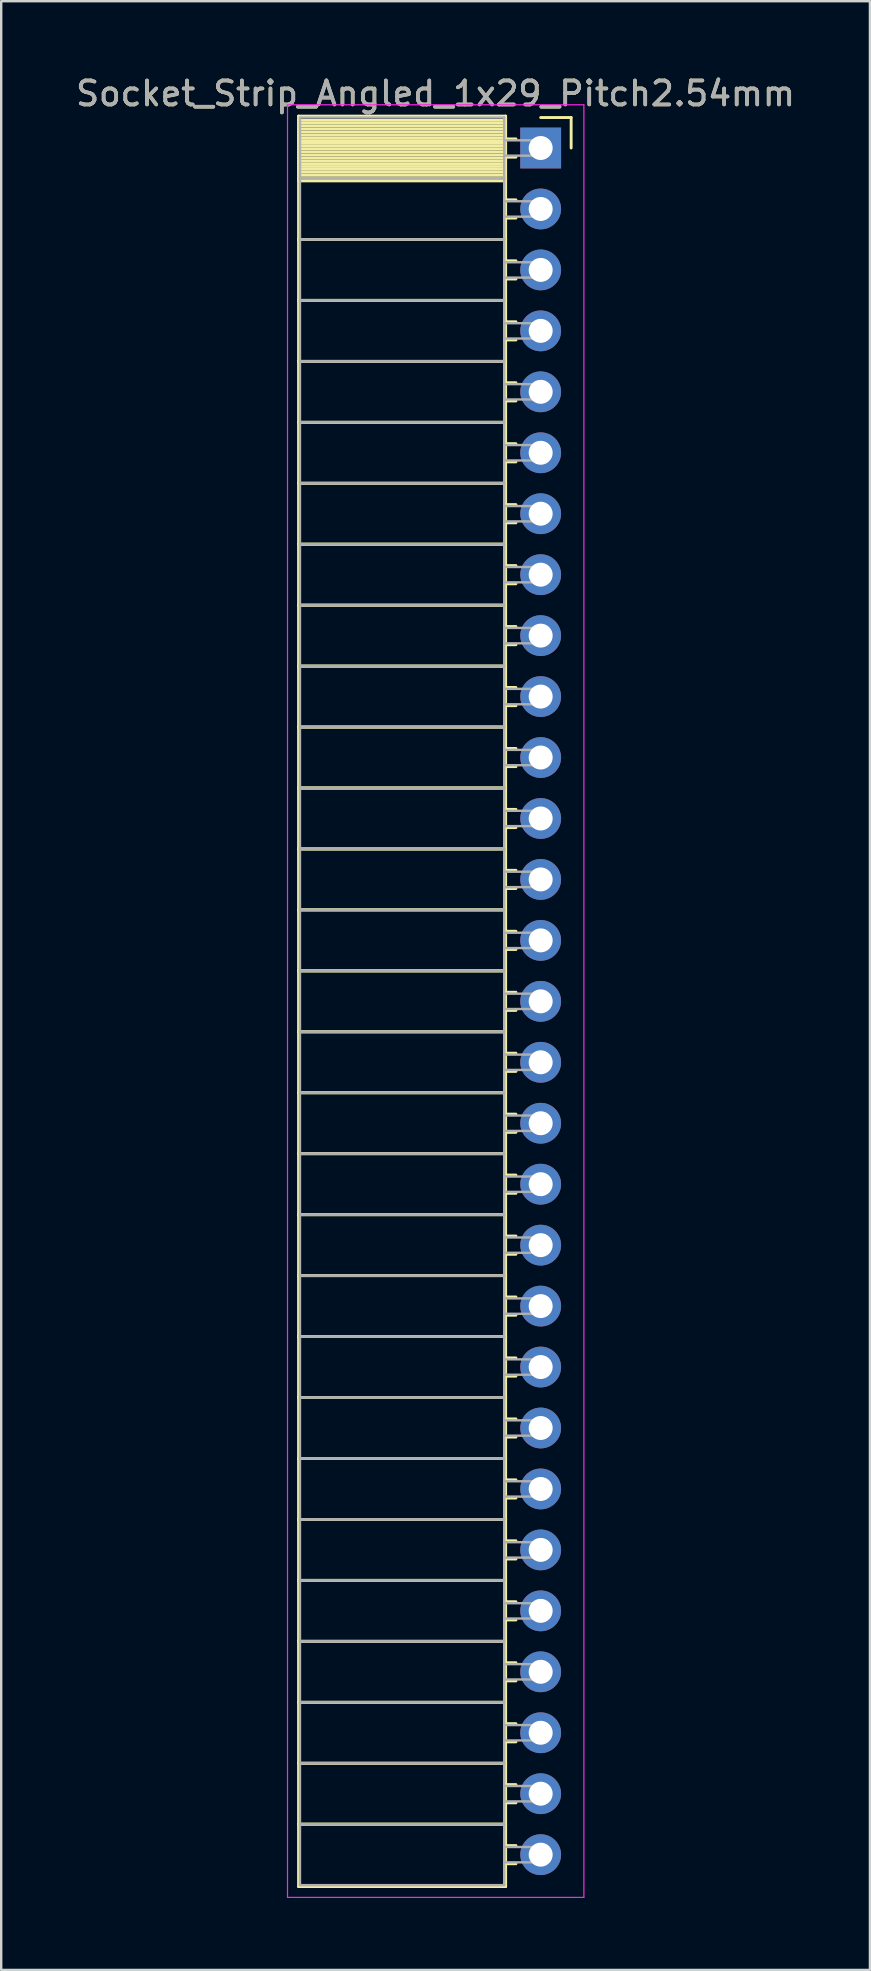
<source format=kicad_pcb>
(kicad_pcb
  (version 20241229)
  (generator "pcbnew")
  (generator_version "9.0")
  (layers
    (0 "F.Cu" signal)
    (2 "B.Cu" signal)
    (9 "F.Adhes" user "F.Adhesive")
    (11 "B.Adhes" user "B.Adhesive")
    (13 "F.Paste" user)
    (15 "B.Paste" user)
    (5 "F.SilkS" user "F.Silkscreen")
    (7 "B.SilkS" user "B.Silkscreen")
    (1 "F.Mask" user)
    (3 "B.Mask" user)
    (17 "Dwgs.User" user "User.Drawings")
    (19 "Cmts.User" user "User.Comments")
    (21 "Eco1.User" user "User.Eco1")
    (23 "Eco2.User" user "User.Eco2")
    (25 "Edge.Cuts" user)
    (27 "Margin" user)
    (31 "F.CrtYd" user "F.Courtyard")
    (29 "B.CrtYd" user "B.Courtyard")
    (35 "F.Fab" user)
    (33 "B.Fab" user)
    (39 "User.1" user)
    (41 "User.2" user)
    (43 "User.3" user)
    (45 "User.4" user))
  (footprint "Socket_Strip_Angled_1x29_Pitch2.54mm"
    (layer "F.Cu")
    (at 19.481 3.118)
    (property "Reference" "Socket_Strip_Angled_1x29_Pitch2.54mm" (at -4.38 -2.27 0) (layer "F.SilkS") (effects (font (size 1 1) (thickness 0.15))))
    (attr through_hole)
    (fp_line (start -10.09 -1.33) (end -1.46 -1.33) (stroke (width 0.12) (type solid)) (layer "F.SilkS"))
    (fp_line (start -10.09 1.27) (end -10.09 -1.33) (stroke (width 0.12) (type solid)) (layer "F.SilkS"))
    (fp_line (start -10.09 1.27) (end -1.46 1.27) (stroke (width 0.12) (type solid)) (layer "F.SilkS"))
    (fp_line (start -10.09 3.81) (end -10.09 1.27) (stroke (width 0.12) (type solid)) (layer "F.SilkS"))
    (fp_line (start -10.09 3.81) (end -1.46 3.81) (stroke (width 0.12) (type solid)) (layer "F.SilkS"))
    (fp_line (start -10.09 6.35) (end -10.09 3.81) (stroke (width 0.12) (type solid)) (layer "F.SilkS"))
    (fp_line (start -10.09 6.35) (end -1.46 6.35) (stroke (width 0.12) (type solid)) (layer "F.SilkS"))
    (fp_line (start -10.09 8.89) (end -10.09 6.35) (stroke (width 0.12) (type solid)) (layer "F.SilkS"))
    (fp_line (start -10.09 8.89) (end -1.46 8.89) (stroke (width 0.12) (type solid)) (layer "F.SilkS"))
    (fp_line (start -10.09 11.43) (end -10.09 8.89) (stroke (width 0.12) (type solid)) (layer "F.SilkS"))
    (fp_line (start -10.09 11.43) (end -1.46 11.43) (stroke (width 0.12) (type solid)) (layer "F.SilkS"))
    (fp_line (start -10.09 13.97) (end -10.09 11.43) (stroke (width 0.12) (type solid)) (layer "F.SilkS"))
    (fp_line (start -10.09 13.97) (end -1.46 13.97) (stroke (width 0.12) (type solid)) (layer "F.SilkS"))
    (fp_line (start -10.09 16.51) (end -10.09 13.97) (stroke (width 0.12) (type solid)) (layer "F.SilkS"))
    (fp_line (start -10.09 16.51) (end -1.46 16.51) (stroke (width 0.12) (type solid)) (layer "F.SilkS"))
    (fp_line (start -10.09 19.05) (end -10.09 16.51) (stroke (width 0.12) (type solid)) (layer "F.SilkS"))
    (fp_line (start -10.09 19.05) (end -1.46 19.05) (stroke (width 0.12) (type solid)) (layer "F.SilkS"))
    (fp_line (start -10.09 21.59) (end -10.09 19.05) (stroke (width 0.12) (type solid)) (layer "F.SilkS"))
    (fp_line (start -10.09 21.59) (end -1.46 21.59) (stroke (width 0.12) (type solid)) (layer "F.SilkS"))
    (fp_line (start -10.09 24.13) (end -10.09 21.59) (stroke (width 0.12) (type solid)) (layer "F.SilkS"))
    (fp_line (start -10.09 24.13) (end -1.46 24.13) (stroke (width 0.12) (type solid)) (layer "F.SilkS"))
    (fp_line (start -10.09 26.67) (end -10.09 24.13) (stroke (width 0.12) (type solid)) (layer "F.SilkS"))
    (fp_line (start -10.09 26.67) (end -1.46 26.67) (stroke (width 0.12) (type solid)) (layer "F.SilkS"))
    (fp_line (start -10.09 29.21) (end -10.09 26.67) (stroke (width 0.12) (type solid)) (layer "F.SilkS"))
    (fp_line (start -10.09 29.21) (end -1.46 29.21) (stroke (width 0.12) (type solid)) (layer "F.SilkS"))
    (fp_line (start -10.09 31.75) (end -10.09 29.21) (stroke (width 0.12) (type solid)) (layer "F.SilkS"))
    (fp_line (start -10.09 31.75) (end -1.46 31.75) (stroke (width 0.12) (type solid)) (layer "F.SilkS"))
    (fp_line (start -10.09 34.29) (end -10.09 31.75) (stroke (width 0.12) (type solid)) (layer "F.SilkS"))
    (fp_line (start -10.09 34.29) (end -1.46 34.29) (stroke (width 0.12) (type solid)) (layer "F.SilkS"))
    (fp_line (start -10.09 36.83) (end -10.09 34.29) (stroke (width 0.12) (type solid)) (layer "F.SilkS"))
    (fp_line (start -10.09 36.83) (end -1.46 36.83) (stroke (width 0.12) (type solid)) (layer "F.SilkS"))
    (fp_line (start -10.09 39.37) (end -10.09 36.83) (stroke (width 0.12) (type solid)) (layer "F.SilkS"))
    (fp_line (start -10.09 39.37) (end -1.46 39.37) (stroke (width 0.12) (type solid)) (layer "F.SilkS"))
    (fp_line (start -10.09 41.91) (end -10.09 39.37) (stroke (width 0.12) (type solid)) (layer "F.SilkS"))
    (fp_line (start -10.09 41.91) (end -1.46 41.91) (stroke (width 0.12) (type solid)) (layer "F.SilkS"))
    (fp_line (start -10.09 44.45) (end -10.09 41.91) (stroke (width 0.12) (type solid)) (layer "F.SilkS"))
    (fp_line (start -10.09 44.45) (end -1.46 44.45) (stroke (width 0.12) (type solid)) (layer "F.SilkS"))
    (fp_line (start -10.09 46.99) (end -10.09 44.45) (stroke (width 0.12) (type solid)) (layer "F.SilkS"))
    (fp_line (start -10.09 46.99) (end -1.46 46.99) (stroke (width 0.12) (type solid)) (layer "F.SilkS"))
    (fp_line (start -10.09 49.53) (end -10.09 46.99) (stroke (width 0.12) (type solid)) (layer "F.SilkS"))
    (fp_line (start -10.09 49.53) (end -1.46 49.53) (stroke (width 0.12) (type solid)) (layer "F.SilkS"))
    (fp_line (start -10.09 52.07) (end -10.09 49.53) (stroke (width 0.12) (type solid)) (layer "F.SilkS"))
    (fp_line (start -10.09 52.07) (end -1.46 52.07) (stroke (width 0.12) (type solid)) (layer "F.SilkS"))
    (fp_line (start -10.09 54.61) (end -10.09 52.07) (stroke (width 0.12) (type solid)) (layer "F.SilkS"))
    (fp_line (start -10.09 54.61) (end -1.46 54.61) (stroke (width 0.12) (type solid)) (layer "F.SilkS"))
    (fp_line (start -10.09 57.15) (end -10.09 54.61) (stroke (width 0.12) (type solid)) (layer "F.SilkS"))
    (fp_line (start -10.09 57.15) (end -1.46 57.15) (stroke (width 0.12) (type solid)) (layer "F.SilkS"))
    (fp_line (start -10.09 59.69) (end -10.09 57.15) (stroke (width 0.12) (type solid)) (layer "F.SilkS"))
    (fp_line (start -10.09 59.69) (end -1.46 59.69) (stroke (width 0.12) (type solid)) (layer "F.SilkS"))
    (fp_line (start -10.09 62.23) (end -10.09 59.69) (stroke (width 0.12) (type solid)) (layer "F.SilkS"))
    (fp_line (start -10.09 62.23) (end -1.46 62.23) (stroke (width 0.12) (type solid)) (layer "F.SilkS"))
    (fp_line (start -10.09 64.77) (end -10.09 62.23) (stroke (width 0.12) (type solid)) (layer "F.SilkS"))
    (fp_line (start -10.09 64.77) (end -1.46 64.77) (stroke (width 0.12) (type solid)) (layer "F.SilkS"))
    (fp_line (start -10.09 67.31) (end -10.09 64.77) (stroke (width 0.12) (type solid)) (layer "F.SilkS"))
    (fp_line (start -10.09 67.31) (end -1.46 67.31) (stroke (width 0.12) (type solid)) (layer "F.SilkS"))
    (fp_line (start -10.09 69.85) (end -10.09 67.31) (stroke (width 0.12) (type solid)) (layer "F.SilkS"))
    (fp_line (start -10.09 69.85) (end -1.46 69.85) (stroke (width 0.12) (type solid)) (layer "F.SilkS"))
    (fp_line (start -10.09 72.45) (end -10.09 69.85) (stroke (width 0.12) (type solid)) (layer "F.SilkS"))
    (fp_line (start -1.46 -1.33) (end -1.46 1.27) (stroke (width 0.12) (type solid)) (layer "F.SilkS"))
    (fp_line (start -1.46 -1.15) (end -10.09 -1.15) (stroke (width 0.12) (type solid)) (layer "F.SilkS"))
    (fp_line (start -1.46 -1.03) (end -10.09 -1.03) (stroke (width 0.12) (type solid)) (layer "F.SilkS"))
    (fp_line (start -1.46 -0.91) (end -10.09 -0.91) (stroke (width 0.12) (type solid)) (layer "F.SilkS"))
    (fp_line (start -1.46 -0.79) (end -10.09 -0.79) (stroke (width 0.12) (type solid)) (layer "F.SilkS"))
    (fp_line (start -1.46 -0.67) (end -10.09 -0.67) (stroke (width 0.12) (type solid)) (layer "F.SilkS"))
    (fp_line (start -1.46 -0.55) (end -10.09 -0.55) (stroke (width 0.12) (type solid)) (layer "F.SilkS"))
    (fp_line (start -1.46 -0.43) (end -10.09 -0.43) (stroke (width 0.12) (type solid)) (layer "F.SilkS"))
    (fp_line (start -1.46 -0.31) (end -10.09 -0.31) (stroke (width 0.12) (type solid)) (layer "F.SilkS"))
    (fp_line (start -1.46 -0.19) (end -10.09 -0.19) (stroke (width 0.12) (type solid)) (layer "F.SilkS"))
    (fp_line (start -1.46 -0.07) (end -10.09 -0.07) (stroke (width 0.12) (type solid)) (layer "F.SilkS"))
    (fp_line (start -1.46 0.05) (end -10.09 0.05) (stroke (width 0.12) (type solid)) (layer "F.SilkS"))
    (fp_line (start -1.46 0.17) (end -10.09 0.17) (stroke (width 0.12) (type solid)) (layer "F.SilkS"))
    (fp_line (start -1.46 0.29) (end -10.09 0.29) (stroke (width 0.12) (type solid)) (layer "F.SilkS"))
    (fp_line (start -1.46 0.41) (end -10.09 0.41) (stroke (width 0.12) (type solid)) (layer "F.SilkS"))
    (fp_line (start -1.46 0.53) (end -10.09 0.53) (stroke (width 0.12) (type solid)) (layer "F.SilkS"))
    (fp_line (start -1.46 0.65) (end -10.09 0.65) (stroke (width 0.12) (type solid)) (layer "F.SilkS"))
    (fp_line (start -1.46 0.77) (end -10.09 0.77) (stroke (width 0.12) (type solid)) (layer "F.SilkS"))
    (fp_line (start -1.46 0.89) (end -10.09 0.89) (stroke (width 0.12) (type solid)) (layer "F.SilkS"))
    (fp_line (start -1.46 1.01) (end -10.09 1.01) (stroke (width 0.12) (type solid)) (layer "F.SilkS"))
    (fp_line (start -1.46 1.13) (end -10.09 1.13) (stroke (width 0.12) (type solid)) (layer "F.SilkS"))
    (fp_line (start -1.46 1.25) (end -10.09 1.25) (stroke (width 0.12) (type solid)) (layer "F.SilkS"))
    (fp_line (start -1.46 1.27) (end -10.09 1.27) (stroke (width 0.12) (type solid)) (layer "F.SilkS"))
    (fp_line (start -1.46 1.27) (end -1.46 3.81) (stroke (width 0.12) (type solid)) (layer "F.SilkS"))
    (fp_line (start -1.46 1.37) (end -10.09 1.37) (stroke (width 0.12) (type solid)) (layer "F.SilkS"))
    (fp_line (start -1.46 3.81) (end -10.09 3.81) (stroke (width 0.12) (type solid)) (layer "F.SilkS"))
    (fp_line (start -1.46 3.81) (end -1.46 6.35) (stroke (width 0.12) (type solid)) (layer "F.SilkS"))
    (fp_line (start -1.46 6.35) (end -10.09 6.35) (stroke (width 0.12) (type solid)) (layer "F.SilkS"))
    (fp_line (start -1.46 6.35) (end -1.46 8.89) (stroke (width 0.12) (type solid)) (layer "F.SilkS"))
    (fp_line (start -1.46 8.89) (end -10.09 8.89) (stroke (width 0.12) (type solid)) (layer "F.SilkS"))
    (fp_line (start -1.46 8.89) (end -1.46 11.43) (stroke (width 0.12) (type solid)) (layer "F.SilkS"))
    (fp_line (start -1.46 11.43) (end -10.09 11.43) (stroke (width 0.12) (type solid)) (layer "F.SilkS"))
    (fp_line (start -1.46 11.43) (end -1.46 13.97) (stroke (width 0.12) (type solid)) (layer "F.SilkS"))
    (fp_line (start -1.46 13.97) (end -10.09 13.97) (stroke (width 0.12) (type solid)) (layer "F.SilkS"))
    (fp_line (start -1.46 13.97) (end -1.46 16.51) (stroke (width 0.12) (type solid)) (layer "F.SilkS"))
    (fp_line (start -1.46 16.51) (end -10.09 16.51) (stroke (width 0.12) (type solid)) (layer "F.SilkS"))
    (fp_line (start -1.46 16.51) (end -1.46 19.05) (stroke (width 0.12) (type solid)) (layer "F.SilkS"))
    (fp_line (start -1.46 19.05) (end -10.09 19.05) (stroke (width 0.12) (type solid)) (layer "F.SilkS"))
    (fp_line (start -1.46 19.05) (end -1.46 21.59) (stroke (width 0.12) (type solid)) (layer "F.SilkS"))
    (fp_line (start -1.46 21.59) (end -10.09 21.59) (stroke (width 0.12) (type solid)) (layer "F.SilkS"))
    (fp_line (start -1.46 21.59) (end -1.46 24.13) (stroke (width 0.12) (type solid)) (layer "F.SilkS"))
    (fp_line (start -1.46 24.13) (end -10.09 24.13) (stroke (width 0.12) (type solid)) (layer "F.SilkS"))
    (fp_line (start -1.46 24.13) (end -1.46 26.67) (stroke (width 0.12) (type solid)) (layer "F.SilkS"))
    (fp_line (start -1.46 26.67) (end -10.09 26.67) (stroke (width 0.12) (type solid)) (layer "F.SilkS"))
    (fp_line (start -1.46 26.67) (end -1.46 29.21) (stroke (width 0.12) (type solid)) (layer "F.SilkS"))
    (fp_line (start -1.46 29.21) (end -10.09 29.21) (stroke (width 0.12) (type solid)) (layer "F.SilkS"))
    (fp_line (start -1.46 29.21) (end -1.46 31.75) (stroke (width 0.12) (type solid)) (layer "F.SilkS"))
    (fp_line (start -1.46 31.75) (end -10.09 31.75) (stroke (width 0.12) (type solid)) (layer "F.SilkS"))
    (fp_line (start -1.46 31.75) (end -1.46 34.29) (stroke (width 0.12) (type solid)) (layer "F.SilkS"))
    (fp_line (start -1.46 34.29) (end -10.09 34.29) (stroke (width 0.12) (type solid)) (layer "F.SilkS"))
    (fp_line (start -1.46 34.29) (end -1.46 36.83) (stroke (width 0.12) (type solid)) (layer "F.SilkS"))
    (fp_line (start -1.46 36.83) (end -10.09 36.83) (stroke (width 0.12) (type solid)) (layer "F.SilkS"))
    (fp_line (start -1.46 36.83) (end -1.46 39.37) (stroke (width 0.12) (type solid)) (layer "F.SilkS"))
    (fp_line (start -1.46 39.37) (end -10.09 39.37) (stroke (width 0.12) (type solid)) (layer "F.SilkS"))
    (fp_line (start -1.46 39.37) (end -1.46 41.91) (stroke (width 0.12) (type solid)) (layer "F.SilkS"))
    (fp_line (start -1.46 41.91) (end -10.09 41.91) (stroke (width 0.12) (type solid)) (layer "F.SilkS"))
    (fp_line (start -1.46 41.91) (end -1.46 44.45) (stroke (width 0.12) (type solid)) (layer "F.SilkS"))
    (fp_line (start -1.46 44.45) (end -10.09 44.45) (stroke (width 0.12) (type solid)) (layer "F.SilkS"))
    (fp_line (start -1.46 44.45) (end -1.46 46.99) (stroke (width 0.12) (type solid)) (layer "F.SilkS"))
    (fp_line (start -1.46 46.99) (end -10.09 46.99) (stroke (width 0.12) (type solid)) (layer "F.SilkS"))
    (fp_line (start -1.46 46.99) (end -1.46 49.53) (stroke (width 0.12) (type solid)) (layer "F.SilkS"))
    (fp_line (start -1.46 49.53) (end -10.09 49.53) (stroke (width 0.12) (type solid)) (layer "F.SilkS"))
    (fp_line (start -1.46 49.53) (end -1.46 52.07) (stroke (width 0.12) (type solid)) (layer "F.SilkS"))
    (fp_line (start -1.46 52.07) (end -10.09 52.07) (stroke (width 0.12) (type solid)) (layer "F.SilkS"))
    (fp_line (start -1.46 52.07) (end -1.46 54.61) (stroke (width 0.12) (type solid)) (layer "F.SilkS"))
    (fp_line (start -1.46 54.61) (end -10.09 54.61) (stroke (width 0.12) (type solid)) (layer "F.SilkS"))
    (fp_line (start -1.46 54.61) (end -1.46 57.15) (stroke (width 0.12) (type solid)) (layer "F.SilkS"))
    (fp_line (start -1.46 57.15) (end -10.09 57.15) (stroke (width 0.12) (type solid)) (layer "F.SilkS"))
    (fp_line (start -1.46 57.15) (end -1.46 59.69) (stroke (width 0.12) (type solid)) (layer "F.SilkS"))
    (fp_line (start -1.46 59.69) (end -10.09 59.69) (stroke (width 0.12) (type solid)) (layer "F.SilkS"))
    (fp_line (start -1.46 59.69) (end -1.46 62.23) (stroke (width 0.12) (type solid)) (layer "F.SilkS"))
    (fp_line (start -1.46 62.23) (end -10.09 62.23) (stroke (width 0.12) (type solid)) (layer "F.SilkS"))
    (fp_line (start -1.46 62.23) (end -1.46 64.77) (stroke (width 0.12) (type solid)) (layer "F.SilkS"))
    (fp_line (start -1.46 64.77) (end -10.09 64.77) (stroke (width 0.12) (type solid)) (layer "F.SilkS"))
    (fp_line (start -1.46 64.77) (end -1.46 67.31) (stroke (width 0.12) (type solid)) (layer "F.SilkS"))
    (fp_line (start -1.46 67.31) (end -10.09 67.31) (stroke (width 0.12) (type solid)) (layer "F.SilkS"))
    (fp_line (start -1.46 67.31) (end -1.46 69.85) (stroke (width 0.12) (type solid)) (layer "F.SilkS"))
    (fp_line (start -1.46 69.85) (end -10.09 69.85) (stroke (width 0.12) (type solid)) (layer "F.SilkS"))
    (fp_line (start -1.46 69.85) (end -1.46 72.45) (stroke (width 0.12) (type solid)) (layer "F.SilkS"))
    (fp_line (start -1.46 72.45) (end -10.09 72.45) (stroke (width 0.12) (type solid)) (layer "F.SilkS"))
    (fp_line (start -1.03 -0.38) (end -1.46 -0.38) (stroke (width 0.12) (type solid)) (layer "F.SilkS"))
    (fp_line (start -1.03 0.38) (end -1.46 0.38) (stroke (width 0.12) (type solid)) (layer "F.SilkS"))
    (fp_line (start -1.03 2.16) (end -1.46 2.16) (stroke (width 0.12) (type solid)) (layer "F.SilkS"))
    (fp_line (start -1.03 2.92) (end -1.46 2.92) (stroke (width 0.12) (type solid)) (layer "F.SilkS"))
    (fp_line (start -1.03 4.7) (end -1.46 4.7) (stroke (width 0.12) (type solid)) (layer "F.SilkS"))
    (fp_line (start -1.03 5.46) (end -1.46 5.46) (stroke (width 0.12) (type solid)) (layer "F.SilkS"))
    (fp_line (start -1.03 7.24) (end -1.46 7.24) (stroke (width 0.12) (type solid)) (layer "F.SilkS"))
    (fp_line (start -1.03 8) (end -1.46 8) (stroke (width 0.12) (type solid)) (layer "F.SilkS"))
    (fp_line (start -1.03 9.78) (end -1.46 9.78) (stroke (width 0.12) (type solid)) (layer "F.SilkS"))
    (fp_line (start -1.03 10.54) (end -1.46 10.54) (stroke (width 0.12) (type solid)) (layer "F.SilkS"))
    (fp_line (start -1.03 12.32) (end -1.46 12.32) (stroke (width 0.12) (type solid)) (layer "F.SilkS"))
    (fp_line (start -1.03 13.08) (end -1.46 13.08) (stroke (width 0.12) (type solid)) (layer "F.SilkS"))
    (fp_line (start -1.03 14.86) (end -1.46 14.86) (stroke (width 0.12) (type solid)) (layer "F.SilkS"))
    (fp_line (start -1.03 15.62) (end -1.46 15.62) (stroke (width 0.12) (type solid)) (layer "F.SilkS"))
    (fp_line (start -1.03 17.4) (end -1.46 17.4) (stroke (width 0.12) (type solid)) (layer "F.SilkS"))
    (fp_line (start -1.03 18.16) (end -1.46 18.16) (stroke (width 0.12) (type solid)) (layer "F.SilkS"))
    (fp_line (start -1.03 19.94) (end -1.46 19.94) (stroke (width 0.12) (type solid)) (layer "F.SilkS"))
    (fp_line (start -1.03 20.7) (end -1.46 20.7) (stroke (width 0.12) (type solid)) (layer "F.SilkS"))
    (fp_line (start -1.03 22.48) (end -1.46 22.48) (stroke (width 0.12) (type solid)) (layer "F.SilkS"))
    (fp_line (start -1.03 23.24) (end -1.46 23.24) (stroke (width 0.12) (type solid)) (layer "F.SilkS"))
    (fp_line (start -1.03 25.02) (end -1.46 25.02) (stroke (width 0.12) (type solid)) (layer "F.SilkS"))
    (fp_line (start -1.03 25.78) (end -1.46 25.78) (stroke (width 0.12) (type solid)) (layer "F.SilkS"))
    (fp_line (start -1.03 27.56) (end -1.46 27.56) (stroke (width 0.12) (type solid)) (layer "F.SilkS"))
    (fp_line (start -1.03 28.32) (end -1.46 28.32) (stroke (width 0.12) (type solid)) (layer "F.SilkS"))
    (fp_line (start -1.03 30.1) (end -1.46 30.1) (stroke (width 0.12) (type solid)) (layer "F.SilkS"))
    (fp_line (start -1.03 30.86) (end -1.46 30.86) (stroke (width 0.12) (type solid)) (layer "F.SilkS"))
    (fp_line (start -1.03 32.64) (end -1.46 32.64) (stroke (width 0.12) (type solid)) (layer "F.SilkS"))
    (fp_line (start -1.03 33.4) (end -1.46 33.4) (stroke (width 0.12) (type solid)) (layer "F.SilkS"))
    (fp_line (start -1.03 35.18) (end -1.46 35.18) (stroke (width 0.12) (type solid)) (layer "F.SilkS"))
    (fp_line (start -1.03 35.94) (end -1.46 35.94) (stroke (width 0.12) (type solid)) (layer "F.SilkS"))
    (fp_line (start -1.03 37.72) (end -1.46 37.72) (stroke (width 0.12) (type solid)) (layer "F.SilkS"))
    (fp_line (start -1.03 38.48) (end -1.46 38.48) (stroke (width 0.12) (type solid)) (layer "F.SilkS"))
    (fp_line (start -1.03 40.26) (end -1.46 40.26) (stroke (width 0.12) (type solid)) (layer "F.SilkS"))
    (fp_line (start -1.03 41.02) (end -1.46 41.02) (stroke (width 0.12) (type solid)) (layer "F.SilkS"))
    (fp_line (start -1.03 42.8) (end -1.46 42.8) (stroke (width 0.12) (type solid)) (layer "F.SilkS"))
    (fp_line (start -1.03 43.56) (end -1.46 43.56) (stroke (width 0.12) (type solid)) (layer "F.SilkS"))
    (fp_line (start -1.03 45.34) (end -1.46 45.34) (stroke (width 0.12) (type solid)) (layer "F.SilkS"))
    (fp_line (start -1.03 46.1) (end -1.46 46.1) (stroke (width 0.12) (type solid)) (layer "F.SilkS"))
    (fp_line (start -1.03 47.88) (end -1.46 47.88) (stroke (width 0.12) (type solid)) (layer "F.SilkS"))
    (fp_line (start -1.03 48.64) (end -1.46 48.64) (stroke (width 0.12) (type solid)) (layer "F.SilkS"))
    (fp_line (start -1.03 50.42) (end -1.46 50.42) (stroke (width 0.12) (type solid)) (layer "F.SilkS"))
    (fp_line (start -1.03 51.18) (end -1.46 51.18) (stroke (width 0.12) (type solid)) (layer "F.SilkS"))
    (fp_line (start -1.03 52.96) (end -1.46 52.96) (stroke (width 0.12) (type solid)) (layer "F.SilkS"))
    (fp_line (start -1.03 53.72) (end -1.46 53.72) (stroke (width 0.12) (type solid)) (layer "F.SilkS"))
    (fp_line (start -1.03 55.5) (end -1.46 55.5) (stroke (width 0.12) (type solid)) (layer "F.SilkS"))
    (fp_line (start -1.03 56.26) (end -1.46 56.26) (stroke (width 0.12) (type solid)) (layer "F.SilkS"))
    (fp_line (start -1.03 58.04) (end -1.46 58.04) (stroke (width 0.12) (type solid)) (layer "F.SilkS"))
    (fp_line (start -1.03 58.8) (end -1.46 58.8) (stroke (width 0.12) (type solid)) (layer "F.SilkS"))
    (fp_line (start -1.03 60.58) (end -1.46 60.58) (stroke (width 0.12) (type solid)) (layer "F.SilkS"))
    (fp_line (start -1.03 61.34) (end -1.46 61.34) (stroke (width 0.12) (type solid)) (layer "F.SilkS"))
    (fp_line (start -1.03 63.12) (end -1.46 63.12) (stroke (width 0.12) (type solid)) (layer "F.SilkS"))
    (fp_line (start -1.03 63.88) (end -1.46 63.88) (stroke (width 0.12) (type solid)) (layer "F.SilkS"))
    (fp_line (start -1.03 65.66) (end -1.46 65.66) (stroke (width 0.12) (type solid)) (layer "F.SilkS"))
    (fp_line (start -1.03 66.42) (end -1.46 66.42) (stroke (width 0.12) (type solid)) (layer "F.SilkS"))
    (fp_line (start -1.03 68.2) (end -1.46 68.2) (stroke (width 0.12) (type solid)) (layer "F.SilkS"))
    (fp_line (start -1.03 68.96) (end -1.46 68.96) (stroke (width 0.12) (type solid)) (layer "F.SilkS"))
    (fp_line (start -1.03 70.74) (end -1.46 70.74) (stroke (width 0.12) (type solid)) (layer "F.SilkS"))
    (fp_line (start -1.03 71.5) (end -1.46 71.5) (stroke (width 0.12) (type solid)) (layer "F.SilkS"))
    (fp_line (start 0 -1.27) (end 1.27 -1.27) (stroke (width 0.12) (type solid)) (layer "F.SilkS"))
    (fp_line (start 1.27 -1.27) (end 1.27 0) (stroke (width 0.12) (type solid)) (layer "F.SilkS"))
    (fp_line (start -10.55 -1.8) (end 1.8 -1.8) (stroke (width 0.05) (type solid)) (layer "F.CrtYd"))
    (fp_line (start -10.55 72.9) (end -10.55 -1.8) (stroke (width 0.05) (type solid)) (layer "F.CrtYd"))
    (fp_line (start 1.8 -1.8) (end 1.8 72.9) (stroke (width 0.05) (type solid)) (layer "F.CrtYd"))
    (fp_line (start 1.8 72.9) (end -10.55 72.9) (stroke (width 0.05) (type solid)) (layer "F.CrtYd"))
    (fp_line (start -10.03 -1.27) (end -1.52 -1.27) (stroke (width 0.1) (type solid)) (layer "F.Fab"))
    (fp_line (start -10.03 1.27) (end -10.03 -1.27) (stroke (width 0.1) (type solid)) (layer "F.Fab"))
    (fp_line (start -10.03 1.27) (end -1.52 1.27) (stroke (width 0.1) (type solid)) (layer "F.Fab"))
    (fp_line (start -10.03 3.81) (end -10.03 1.27) (stroke (width 0.1) (type solid)) (layer "F.Fab"))
    (fp_line (start -10.03 3.81) (end -1.52 3.81) (stroke (width 0.1) (type solid)) (layer "F.Fab"))
    (fp_line (start -10.03 6.35) (end -10.03 3.81) (stroke (width 0.1) (type solid)) (layer "F.Fab"))
    (fp_line (start -10.03 6.35) (end -1.52 6.35) (stroke (width 0.1) (type solid)) (layer "F.Fab"))
    (fp_line (start -10.03 8.89) (end -10.03 6.35) (stroke (width 0.1) (type solid)) (layer "F.Fab"))
    (fp_line (start -10.03 8.89) (end -1.52 8.89) (stroke (width 0.1) (type solid)) (layer "F.Fab"))
    (fp_line (start -10.03 11.43) (end -10.03 8.89) (stroke (width 0.1) (type solid)) (layer "F.Fab"))
    (fp_line (start -10.03 11.43) (end -1.52 11.43) (stroke (width 0.1) (type solid)) (layer "F.Fab"))
    (fp_line (start -10.03 13.97) (end -10.03 11.43) (stroke (width 0.1) (type solid)) (layer "F.Fab"))
    (fp_line (start -10.03 13.97) (end -1.52 13.97) (stroke (width 0.1) (type solid)) (layer "F.Fab"))
    (fp_line (start -10.03 16.51) (end -10.03 13.97) (stroke (width 0.1) (type solid)) (layer "F.Fab"))
    (fp_line (start -10.03 16.51) (end -1.52 16.51) (stroke (width 0.1) (type solid)) (layer "F.Fab"))
    (fp_line (start -10.03 19.05) (end -10.03 16.51) (stroke (width 0.1) (type solid)) (layer "F.Fab"))
    (fp_line (start -10.03 19.05) (end -1.52 19.05) (stroke (width 0.1) (type solid)) (layer "F.Fab"))
    (fp_line (start -10.03 21.59) (end -10.03 19.05) (stroke (width 0.1) (type solid)) (layer "F.Fab"))
    (fp_line (start -10.03 21.59) (end -1.52 21.59) (stroke (width 0.1) (type solid)) (layer "F.Fab"))
    (fp_line (start -10.03 24.13) (end -10.03 21.59) (stroke (width 0.1) (type solid)) (layer "F.Fab"))
    (fp_line (start -10.03 24.13) (end -1.52 24.13) (stroke (width 0.1) (type solid)) (layer "F.Fab"))
    (fp_line (start -10.03 26.67) (end -10.03 24.13) (stroke (width 0.1) (type solid)) (layer "F.Fab"))
    (fp_line (start -10.03 26.67) (end -1.52 26.67) (stroke (width 0.1) (type solid)) (layer "F.Fab"))
    (fp_line (start -10.03 29.21) (end -10.03 26.67) (stroke (width 0.1) (type solid)) (layer "F.Fab"))
    (fp_line (start -10.03 29.21) (end -1.52 29.21) (stroke (width 0.1) (type solid)) (layer "F.Fab"))
    (fp_line (start -10.03 31.75) (end -10.03 29.21) (stroke (width 0.1) (type solid)) (layer "F.Fab"))
    (fp_line (start -10.03 31.75) (end -1.52 31.75) (stroke (width 0.1) (type solid)) (layer "F.Fab"))
    (fp_line (start -10.03 34.29) (end -10.03 31.75) (stroke (width 0.1) (type solid)) (layer "F.Fab"))
    (fp_line (start -10.03 34.29) (end -1.52 34.29) (stroke (width 0.1) (type solid)) (layer "F.Fab"))
    (fp_line (start -10.03 36.83) (end -10.03 34.29) (stroke (width 0.1) (type solid)) (layer "F.Fab"))
    (fp_line (start -10.03 36.83) (end -1.52 36.83) (stroke (width 0.1) (type solid)) (layer "F.Fab"))
    (fp_line (start -10.03 39.37) (end -10.03 36.83) (stroke (width 0.1) (type solid)) (layer "F.Fab"))
    (fp_line (start -10.03 39.37) (end -1.52 39.37) (stroke (width 0.1) (type solid)) (layer "F.Fab"))
    (fp_line (start -10.03 41.91) (end -10.03 39.37) (stroke (width 0.1) (type solid)) (layer "F.Fab"))
    (fp_line (start -10.03 41.91) (end -1.52 41.91) (stroke (width 0.1) (type solid)) (layer "F.Fab"))
    (fp_line (start -10.03 44.45) (end -10.03 41.91) (stroke (width 0.1) (type solid)) (layer "F.Fab"))
    (fp_line (start -10.03 44.45) (end -1.52 44.45) (stroke (width 0.1) (type solid)) (layer "F.Fab"))
    (fp_line (start -10.03 46.99) (end -10.03 44.45) (stroke (width 0.1) (type solid)) (layer "F.Fab"))
    (fp_line (start -10.03 46.99) (end -1.52 46.99) (stroke (width 0.1) (type solid)) (layer "F.Fab"))
    (fp_line (start -10.03 49.53) (end -10.03 46.99) (stroke (width 0.1) (type solid)) (layer "F.Fab"))
    (fp_line (start -10.03 49.53) (end -1.52 49.53) (stroke (width 0.1) (type solid)) (layer "F.Fab"))
    (fp_line (start -10.03 52.07) (end -10.03 49.53) (stroke (width 0.1) (type solid)) (layer "F.Fab"))
    (fp_line (start -10.03 52.07) (end -1.52 52.07) (stroke (width 0.1) (type solid)) (layer "F.Fab"))
    (fp_line (start -10.03 54.61) (end -10.03 52.07) (stroke (width 0.1) (type solid)) (layer "F.Fab"))
    (fp_line (start -10.03 54.61) (end -1.52 54.61) (stroke (width 0.1) (type solid)) (layer "F.Fab"))
    (fp_line (start -10.03 57.15) (end -10.03 54.61) (stroke (width 0.1) (type solid)) (layer "F.Fab"))
    (fp_line (start -10.03 57.15) (end -1.52 57.15) (stroke (width 0.1) (type solid)) (layer "F.Fab"))
    (fp_line (start -10.03 59.69) (end -10.03 57.15) (stroke (width 0.1) (type solid)) (layer "F.Fab"))
    (fp_line (start -10.03 59.69) (end -1.52 59.69) (stroke (width 0.1) (type solid)) (layer "F.Fab"))
    (fp_line (start -10.03 62.23) (end -10.03 59.69) (stroke (width 0.1) (type solid)) (layer "F.Fab"))
    (fp_line (start -10.03 62.23) (end -1.52 62.23) (stroke (width 0.1) (type solid)) (layer "F.Fab"))
    (fp_line (start -10.03 64.77) (end -10.03 62.23) (stroke (width 0.1) (type solid)) (layer "F.Fab"))
    (fp_line (start -10.03 64.77) (end -1.52 64.77) (stroke (width 0.1) (type solid)) (layer "F.Fab"))
    (fp_line (start -10.03 67.31) (end -10.03 64.77) (stroke (width 0.1) (type solid)) (layer "F.Fab"))
    (fp_line (start -10.03 67.31) (end -1.52 67.31) (stroke (width 0.1) (type solid)) (layer "F.Fab"))
    (fp_line (start -10.03 69.85) (end -10.03 67.31) (stroke (width 0.1) (type solid)) (layer "F.Fab"))
    (fp_line (start -10.03 69.85) (end -1.52 69.85) (stroke (width 0.1) (type solid)) (layer "F.Fab"))
    (fp_line (start -10.03 72.39) (end -10.03 69.85) (stroke (width 0.1) (type solid)) (layer "F.Fab"))
    (fp_line (start -1.52 -1.27) (end -1.52 1.27) (stroke (width 0.1) (type solid)) (layer "F.Fab"))
    (fp_line (start -1.52 -0.32) (end 0 -0.32) (stroke (width 0.1) (type solid)) (layer "F.Fab"))
    (fp_line (start -1.52 0.32) (end -1.52 -0.32) (stroke (width 0.1) (type solid)) (layer "F.Fab"))
    (fp_line (start -1.52 1.27) (end -10.03 1.27) (stroke (width 0.1) (type solid)) (layer "F.Fab"))
    (fp_line (start -1.52 1.27) (end -1.52 3.81) (stroke (width 0.1) (type solid)) (layer "F.Fab"))
    (fp_line (start -1.52 2.22) (end 0 2.22) (stroke (width 0.1) (type solid)) (layer "F.Fab"))
    (fp_line (start -1.52 2.86) (end -1.52 2.22) (stroke (width 0.1) (type solid)) (layer "F.Fab"))
    (fp_line (start -1.52 3.81) (end -10.03 3.81) (stroke (width 0.1) (type solid)) (layer "F.Fab"))
    (fp_line (start -1.52 3.81) (end -1.52 6.35) (stroke (width 0.1) (type solid)) (layer "F.Fab"))
    (fp_line (start -1.52 4.76) (end 0 4.76) (stroke (width 0.1) (type solid)) (layer "F.Fab"))
    (fp_line (start -1.52 5.4) (end -1.52 4.76) (stroke (width 0.1) (type solid)) (layer "F.Fab"))
    (fp_line (start -1.52 6.35) (end -10.03 6.35) (stroke (width 0.1) (type solid)) (layer "F.Fab"))
    (fp_line (start -1.52 6.35) (end -1.52 8.89) (stroke (width 0.1) (type solid)) (layer "F.Fab"))
    (fp_line (start -1.52 7.3) (end 0 7.3) (stroke (width 0.1) (type solid)) (layer "F.Fab"))
    (fp_line (start -1.52 7.94) (end -1.52 7.3) (stroke (width 0.1) (type solid)) (layer "F.Fab"))
    (fp_line (start -1.52 8.89) (end -10.03 8.89) (stroke (width 0.1) (type solid)) (layer "F.Fab"))
    (fp_line (start -1.52 8.89) (end -1.52 11.43) (stroke (width 0.1) (type solid)) (layer "F.Fab"))
    (fp_line (start -1.52 9.84) (end 0 9.84) (stroke (width 0.1) (type solid)) (layer "F.Fab"))
    (fp_line (start -1.52 10.48) (end -1.52 9.84) (stroke (width 0.1) (type solid)) (layer "F.Fab"))
    (fp_line (start -1.52 11.43) (end -10.03 11.43) (stroke (width 0.1) (type solid)) (layer "F.Fab"))
    (fp_line (start -1.52 11.43) (end -1.52 13.97) (stroke (width 0.1) (type solid)) (layer "F.Fab"))
    (fp_line (start -1.52 12.38) (end 0 12.38) (stroke (width 0.1) (type solid)) (layer "F.Fab"))
    (fp_line (start -1.52 13.02) (end -1.52 12.38) (stroke (width 0.1) (type solid)) (layer "F.Fab"))
    (fp_line (start -1.52 13.97) (end -10.03 13.97) (stroke (width 0.1) (type solid)) (layer "F.Fab"))
    (fp_line (start -1.52 13.97) (end -1.52 16.51) (stroke (width 0.1) (type solid)) (layer "F.Fab"))
    (fp_line (start -1.52 14.92) (end 0 14.92) (stroke (width 0.1) (type solid)) (layer "F.Fab"))
    (fp_line (start -1.52 15.56) (end -1.52 14.92) (stroke (width 0.1) (type solid)) (layer "F.Fab"))
    (fp_line (start -1.52 16.51) (end -10.03 16.51) (stroke (width 0.1) (type solid)) (layer "F.Fab"))
    (fp_line (start -1.52 16.51) (end -1.52 19.05) (stroke (width 0.1) (type solid)) (layer "F.Fab"))
    (fp_line (start -1.52 17.46) (end 0 17.46) (stroke (width 0.1) (type solid)) (layer "F.Fab"))
    (fp_line (start -1.52 18.1) (end -1.52 17.46) (stroke (width 0.1) (type solid)) (layer "F.Fab"))
    (fp_line (start -1.52 19.05) (end -10.03 19.05) (stroke (width 0.1) (type solid)) (layer "F.Fab"))
    (fp_line (start -1.52 19.05) (end -1.52 21.59) (stroke (width 0.1) (type solid)) (layer "F.Fab"))
    (fp_line (start -1.52 20) (end 0 20) (stroke (width 0.1) (type solid)) (layer "F.Fab"))
    (fp_line (start -1.52 20.64) (end -1.52 20) (stroke (width 0.1) (type solid)) (layer "F.Fab"))
    (fp_line (start -1.52 21.59) (end -10.03 21.59) (stroke (width 0.1) (type solid)) (layer "F.Fab"))
    (fp_line (start -1.52 21.59) (end -1.52 24.13) (stroke (width 0.1) (type solid)) (layer "F.Fab"))
    (fp_line (start -1.52 22.54) (end 0 22.54) (stroke (width 0.1) (type solid)) (layer "F.Fab"))
    (fp_line (start -1.52 23.18) (end -1.52 22.54) (stroke (width 0.1) (type solid)) (layer "F.Fab"))
    (fp_line (start -1.52 24.13) (end -10.03 24.13) (stroke (width 0.1) (type solid)) (layer "F.Fab"))
    (fp_line (start -1.52 24.13) (end -1.52 26.67) (stroke (width 0.1) (type solid)) (layer "F.Fab"))
    (fp_line (start -1.52 25.08) (end 0 25.08) (stroke (width 0.1) (type solid)) (layer "F.Fab"))
    (fp_line (start -1.52 25.72) (end -1.52 25.08) (stroke (width 0.1) (type solid)) (layer "F.Fab"))
    (fp_line (start -1.52 26.67) (end -10.03 26.67) (stroke (width 0.1) (type solid)) (layer "F.Fab"))
    (fp_line (start -1.52 26.67) (end -1.52 29.21) (stroke (width 0.1) (type solid)) (layer "F.Fab"))
    (fp_line (start -1.52 27.62) (end 0 27.62) (stroke (width 0.1) (type solid)) (layer "F.Fab"))
    (fp_line (start -1.52 28.26) (end -1.52 27.62) (stroke (width 0.1) (type solid)) (layer "F.Fab"))
    (fp_line (start -1.52 29.21) (end -10.03 29.21) (stroke (width 0.1) (type solid)) (layer "F.Fab"))
    (fp_line (start -1.52 29.21) (end -1.52 31.75) (stroke (width 0.1) (type solid)) (layer "F.Fab"))
    (fp_line (start -1.52 30.16) (end 0 30.16) (stroke (width 0.1) (type solid)) (layer "F.Fab"))
    (fp_line (start -1.52 30.8) (end -1.52 30.16) (stroke (width 0.1) (type solid)) (layer "F.Fab"))
    (fp_line (start -1.52 31.75) (end -10.03 31.75) (stroke (width 0.1) (type solid)) (layer "F.Fab"))
    (fp_line (start -1.52 31.75) (end -1.52 34.29) (stroke (width 0.1) (type solid)) (layer "F.Fab"))
    (fp_line (start -1.52 32.7) (end 0 32.7) (stroke (width 0.1) (type solid)) (layer "F.Fab"))
    (fp_line (start -1.52 33.34) (end -1.52 32.7) (stroke (width 0.1) (type solid)) (layer "F.Fab"))
    (fp_line (start -1.52 34.29) (end -10.03 34.29) (stroke (width 0.1) (type solid)) (layer "F.Fab"))
    (fp_line (start -1.52 34.29) (end -1.52 36.83) (stroke (width 0.1) (type solid)) (layer "F.Fab"))
    (fp_line (start -1.52 35.24) (end 0 35.24) (stroke (width 0.1) (type solid)) (layer "F.Fab"))
    (fp_line (start -1.52 35.88) (end -1.52 35.24) (stroke (width 0.1) (type solid)) (layer "F.Fab"))
    (fp_line (start -1.52 36.83) (end -10.03 36.83) (stroke (width 0.1) (type solid)) (layer "F.Fab"))
    (fp_line (start -1.52 36.83) (end -1.52 39.37) (stroke (width 0.1) (type solid)) (layer "F.Fab"))
    (fp_line (start -1.52 37.78) (end 0 37.78) (stroke (width 0.1) (type solid)) (layer "F.Fab"))
    (fp_line (start -1.52 38.42) (end -1.52 37.78) (stroke (width 0.1) (type solid)) (layer "F.Fab"))
    (fp_line (start -1.52 39.37) (end -10.03 39.37) (stroke (width 0.1) (type solid)) (layer "F.Fab"))
    (fp_line (start -1.52 39.37) (end -1.52 41.91) (stroke (width 0.1) (type solid)) (layer "F.Fab"))
    (fp_line (start -1.52 40.32) (end 0 40.32) (stroke (width 0.1) (type solid)) (layer "F.Fab"))
    (fp_line (start -1.52 40.96) (end -1.52 40.32) (stroke (width 0.1) (type solid)) (layer "F.Fab"))
    (fp_line (start -1.52 41.91) (end -10.03 41.91) (stroke (width 0.1) (type solid)) (layer "F.Fab"))
    (fp_line (start -1.52 41.91) (end -1.52 44.45) (stroke (width 0.1) (type solid)) (layer "F.Fab"))
    (fp_line (start -1.52 42.86) (end 0 42.86) (stroke (width 0.1) (type solid)) (layer "F.Fab"))
    (fp_line (start -1.52 43.5) (end -1.52 42.86) (stroke (width 0.1) (type solid)) (layer "F.Fab"))
    (fp_line (start -1.52 44.45) (end -10.03 44.45) (stroke (width 0.1) (type solid)) (layer "F.Fab"))
    (fp_line (start -1.52 44.45) (end -1.52 46.99) (stroke (width 0.1) (type solid)) (layer "F.Fab"))
    (fp_line (start -1.52 45.4) (end 0 45.4) (stroke (width 0.1) (type solid)) (layer "F.Fab"))
    (fp_line (start -1.52 46.04) (end -1.52 45.4) (stroke (width 0.1) (type solid)) (layer "F.Fab"))
    (fp_line (start -1.52 46.99) (end -10.03 46.99) (stroke (width 0.1) (type solid)) (layer "F.Fab"))
    (fp_line (start -1.52 46.99) (end -1.52 49.53) (stroke (width 0.1) (type solid)) (layer "F.Fab"))
    (fp_line (start -1.52 47.94) (end 0 47.94) (stroke (width 0.1) (type solid)) (layer "F.Fab"))
    (fp_line (start -1.52 48.58) (end -1.52 47.94) (stroke (width 0.1) (type solid)) (layer "F.Fab"))
    (fp_line (start -1.52 49.53) (end -10.03 49.53) (stroke (width 0.1) (type solid)) (layer "F.Fab"))
    (fp_line (start -1.52 49.53) (end -1.52 52.07) (stroke (width 0.1) (type solid)) (layer "F.Fab"))
    (fp_line (start -1.52 50.48) (end 0 50.48) (stroke (width 0.1) (type solid)) (layer "F.Fab"))
    (fp_line (start -1.52 51.12) (end -1.52 50.48) (stroke (width 0.1) (type solid)) (layer "F.Fab"))
    (fp_line (start -1.52 52.07) (end -10.03 52.07) (stroke (width 0.1) (type solid)) (layer "F.Fab"))
    (fp_line (start -1.52 52.07) (end -1.52 54.61) (stroke (width 0.1) (type solid)) (layer "F.Fab"))
    (fp_line (start -1.52 53.02) (end 0 53.02) (stroke (width 0.1) (type solid)) (layer "F.Fab"))
    (fp_line (start -1.52 53.66) (end -1.52 53.02) (stroke (width 0.1) (type solid)) (layer "F.Fab"))
    (fp_line (start -1.52 54.61) (end -10.03 54.61) (stroke (width 0.1) (type solid)) (layer "F.Fab"))
    (fp_line (start -1.52 54.61) (end -1.52 57.15) (stroke (width 0.1) (type solid)) (layer "F.Fab"))
    (fp_line (start -1.52 55.56) (end 0 55.56) (stroke (width 0.1) (type solid)) (layer "F.Fab"))
    (fp_line (start -1.52 56.2) (end -1.52 55.56) (stroke (width 0.1) (type solid)) (layer "F.Fab"))
    (fp_line (start -1.52 57.15) (end -10.03 57.15) (stroke (width 0.1) (type solid)) (layer "F.Fab"))
    (fp_line (start -1.52 57.15) (end -1.52 59.69) (stroke (width 0.1) (type solid)) (layer "F.Fab"))
    (fp_line (start -1.52 58.1) (end 0 58.1) (stroke (width 0.1) (type solid)) (layer "F.Fab"))
    (fp_line (start -1.52 58.74) (end -1.52 58.1) (stroke (width 0.1) (type solid)) (layer "F.Fab"))
    (fp_line (start -1.52 59.69) (end -10.03 59.69) (stroke (width 0.1) (type solid)) (layer "F.Fab"))
    (fp_line (start -1.52 59.69) (end -1.52 62.23) (stroke (width 0.1) (type solid)) (layer "F.Fab"))
    (fp_line (start -1.52 60.64) (end 0 60.64) (stroke (width 0.1) (type solid)) (layer "F.Fab"))
    (fp_line (start -1.52 61.28) (end -1.52 60.64) (stroke (width 0.1) (type solid)) (layer "F.Fab"))
    (fp_line (start -1.52 62.23) (end -10.03 62.23) (stroke (width 0.1) (type solid)) (layer "F.Fab"))
    (fp_line (start -1.52 62.23) (end -1.52 64.77) (stroke (width 0.1) (type solid)) (layer "F.Fab"))
    (fp_line (start -1.52 63.18) (end 0 63.18) (stroke (width 0.1) (type solid)) (layer "F.Fab"))
    (fp_line (start -1.52 63.82) (end -1.52 63.18) (stroke (width 0.1) (type solid)) (layer "F.Fab"))
    (fp_line (start -1.52 64.77) (end -10.03 64.77) (stroke (width 0.1) (type solid)) (layer "F.Fab"))
    (fp_line (start -1.52 64.77) (end -1.52 67.31) (stroke (width 0.1) (type solid)) (layer "F.Fab"))
    (fp_line (start -1.52 65.72) (end 0 65.72) (stroke (width 0.1) (type solid)) (layer "F.Fab"))
    (fp_line (start -1.52 66.36) (end -1.52 65.72) (stroke (width 0.1) (type solid)) (layer "F.Fab"))
    (fp_line (start -1.52 67.31) (end -10.03 67.31) (stroke (width 0.1) (type solid)) (layer "F.Fab"))
    (fp_line (start -1.52 67.31) (end -1.52 69.85) (stroke (width 0.1) (type solid)) (layer "F.Fab"))
    (fp_line (start -1.52 68.26) (end 0 68.26) (stroke (width 0.1) (type solid)) (layer "F.Fab"))
    (fp_line (start -1.52 68.9) (end -1.52 68.26) (stroke (width 0.1) (type solid)) (layer "F.Fab"))
    (fp_line (start -1.52 69.85) (end -10.03 69.85) (stroke (width 0.1) (type solid)) (layer "F.Fab"))
    (fp_line (start -1.52 69.85) (end -1.52 72.39) (stroke (width 0.1) (type solid)) (layer "F.Fab"))
    (fp_line (start -1.52 70.8) (end 0 70.8) (stroke (width 0.1) (type solid)) (layer "F.Fab"))
    (fp_line (start -1.52 71.44) (end -1.52 70.8) (stroke (width 0.1) (type solid)) (layer "F.Fab"))
    (fp_line (start -1.52 72.39) (end -10.03 72.39) (stroke (width 0.1) (type solid)) (layer "F.Fab"))
    (fp_line (start 0 -0.32) (end 0 0.32) (stroke (width 0.1) (type solid)) (layer "F.Fab"))
    (fp_line (start 0 0.32) (end -1.52 0.32) (stroke (width 0.1) (type solid)) (layer "F.Fab"))
    (fp_line (start 0 2.22) (end 0 2.86) (stroke (width 0.1) (type solid)) (layer "F.Fab"))
    (fp_line (start 0 2.86) (end -1.52 2.86) (stroke (width 0.1) (type solid)) (layer "F.Fab"))
    (fp_line (start 0 4.76) (end 0 5.4) (stroke (width 0.1) (type solid)) (layer "F.Fab"))
    (fp_line (start 0 5.4) (end -1.52 5.4) (stroke (width 0.1) (type solid)) (layer "F.Fab"))
    (fp_line (start 0 7.3) (end 0 7.94) (stroke (width 0.1) (type solid)) (layer "F.Fab"))
    (fp_line (start 0 7.94) (end -1.52 7.94) (stroke (width 0.1) (type solid)) (layer "F.Fab"))
    (fp_line (start 0 9.84) (end 0 10.48) (stroke (width 0.1) (type solid)) (layer "F.Fab"))
    (fp_line (start 0 10.48) (end -1.52 10.48) (stroke (width 0.1) (type solid)) (layer "F.Fab"))
    (fp_line (start 0 12.38) (end 0 13.02) (stroke (width 0.1) (type solid)) (layer "F.Fab"))
    (fp_line (start 0 13.02) (end -1.52 13.02) (stroke (width 0.1) (type solid)) (layer "F.Fab"))
    (fp_line (start 0 14.92) (end 0 15.56) (stroke (width 0.1) (type solid)) (layer "F.Fab"))
    (fp_line (start 0 15.56) (end -1.52 15.56) (stroke (width 0.1) (type solid)) (layer "F.Fab"))
    (fp_line (start 0 17.46) (end 0 18.1) (stroke (width 0.1) (type solid)) (layer "F.Fab"))
    (fp_line (start 0 18.1) (end -1.52 18.1) (stroke (width 0.1) (type solid)) (layer "F.Fab"))
    (fp_line (start 0 20) (end 0 20.64) (stroke (width 0.1) (type solid)) (layer "F.Fab"))
    (fp_line (start 0 20.64) (end -1.52 20.64) (stroke (width 0.1) (type solid)) (layer "F.Fab"))
    (fp_line (start 0 22.54) (end 0 23.18) (stroke (width 0.1) (type solid)) (layer "F.Fab"))
    (fp_line (start 0 23.18) (end -1.52 23.18) (stroke (width 0.1) (type solid)) (layer "F.Fab"))
    (fp_line (start 0 25.08) (end 0 25.72) (stroke (width 0.1) (type solid)) (layer "F.Fab"))
    (fp_line (start 0 25.72) (end -1.52 25.72) (stroke (width 0.1) (type solid)) (layer "F.Fab"))
    (fp_line (start 0 27.62) (end 0 28.26) (stroke (width 0.1) (type solid)) (layer "F.Fab"))
    (fp_line (start 0 28.26) (end -1.52 28.26) (stroke (width 0.1) (type solid)) (layer "F.Fab"))
    (fp_line (start 0 30.16) (end 0 30.8) (stroke (width 0.1) (type solid)) (layer "F.Fab"))
    (fp_line (start 0 30.8) (end -1.52 30.8) (stroke (width 0.1) (type solid)) (layer "F.Fab"))
    (fp_line (start 0 32.7) (end 0 33.34) (stroke (width 0.1) (type solid)) (layer "F.Fab"))
    (fp_line (start 0 33.34) (end -1.52 33.34) (stroke (width 0.1) (type solid)) (layer "F.Fab"))
    (fp_line (start 0 35.24) (end 0 35.88) (stroke (width 0.1) (type solid)) (layer "F.Fab"))
    (fp_line (start 0 35.88) (end -1.52 35.88) (stroke (width 0.1) (type solid)) (layer "F.Fab"))
    (fp_line (start 0 37.78) (end 0 38.42) (stroke (width 0.1) (type solid)) (layer "F.Fab"))
    (fp_line (start 0 38.42) (end -1.52 38.42) (stroke (width 0.1) (type solid)) (layer "F.Fab"))
    (fp_line (start 0 40.32) (end 0 40.96) (stroke (width 0.1) (type solid)) (layer "F.Fab"))
    (fp_line (start 0 40.96) (end -1.52 40.96) (stroke (width 0.1) (type solid)) (layer "F.Fab"))
    (fp_line (start 0 42.86) (end 0 43.5) (stroke (width 0.1) (type solid)) (layer "F.Fab"))
    (fp_line (start 0 43.5) (end -1.52 43.5) (stroke (width 0.1) (type solid)) (layer "F.Fab"))
    (fp_line (start 0 45.4) (end 0 46.04) (stroke (width 0.1) (type solid)) (layer "F.Fab"))
    (fp_line (start 0 46.04) (end -1.52 46.04) (stroke (width 0.1) (type solid)) (layer "F.Fab"))
    (fp_line (start 0 47.94) (end 0 48.58) (stroke (width 0.1) (type solid)) (layer "F.Fab"))
    (fp_line (start 0 48.58) (end -1.52 48.58) (stroke (width 0.1) (type solid)) (layer "F.Fab"))
    (fp_line (start 0 50.48) (end 0 51.12) (stroke (width 0.1) (type solid)) (layer "F.Fab"))
    (fp_line (start 0 51.12) (end -1.52 51.12) (stroke (width 0.1) (type solid)) (layer "F.Fab"))
    (fp_line (start 0 53.02) (end 0 53.66) (stroke (width 0.1) (type solid)) (layer "F.Fab"))
    (fp_line (start 0 53.66) (end -1.52 53.66) (stroke (width 0.1) (type solid)) (layer "F.Fab"))
    (fp_line (start 0 55.56) (end 0 56.2) (stroke (width 0.1) (type solid)) (layer "F.Fab"))
    (fp_line (start 0 56.2) (end -1.52 56.2) (stroke (width 0.1) (type solid)) (layer "F.Fab"))
    (fp_line (start 0 58.1) (end 0 58.74) (stroke (width 0.1) (type solid)) (layer "F.Fab"))
    (fp_line (start 0 58.74) (end -1.52 58.74) (stroke (width 0.1) (type solid)) (layer "F.Fab"))
    (fp_line (start 0 60.64) (end 0 61.28) (stroke (width 0.1) (type solid)) (layer "F.Fab"))
    (fp_line (start 0 61.28) (end -1.52 61.28) (stroke (width 0.1) (type solid)) (layer "F.Fab"))
    (fp_line (start 0 63.18) (end 0 63.82) (stroke (width 0.1) (type solid)) (layer "F.Fab"))
    (fp_line (start 0 63.82) (end -1.52 63.82) (stroke (width 0.1) (type solid)) (layer "F.Fab"))
    (fp_line (start 0 65.72) (end 0 66.36) (stroke (width 0.1) (type solid)) (layer "F.Fab"))
    (fp_line (start 0 66.36) (end -1.52 66.36) (stroke (width 0.1) (type solid)) (layer "F.Fab"))
    (fp_line (start 0 68.26) (end 0 68.9) (stroke (width 0.1) (type solid)) (layer "F.Fab"))
    (fp_line (start 0 68.9) (end -1.52 68.9) (stroke (width 0.1) (type solid)) (layer "F.Fab"))
    (fp_line (start 0 70.8) (end 0 71.44) (stroke (width 0.1) (type solid)) (layer "F.Fab"))
    (fp_line (start 0 71.44) (end -1.52 71.44) (stroke (width 0.1) (type solid)) (layer "F.Fab"))
    (fp_text user "${REFERENCE}" (at -4.38 -2.27 0) (layer "F.Fab") (effects (font (size 1 1) (thickness 0.15))))
    (pad "1" thru_hole rect (at 0 0) (size 1.7 1.7) (drill 1) (layers "*.Cu" "*.Mask"))
    (pad "2" thru_hole oval (at 0 2.54) (size 1.7 1.7) (drill 1) (layers "*.Cu" "*.Mask"))
    (pad "3" thru_hole oval (at 0 5.08) (size 1.7 1.7) (drill 1) (layers "*.Cu" "*.Mask"))
    (pad "4" thru_hole oval (at 0 7.62) (size 1.7 1.7) (drill 1) (layers "*.Cu" "*.Mask"))
    (pad "5" thru_hole oval (at 0 10.16) (size 1.7 1.7) (drill 1) (layers "*.Cu" "*.Mask"))
    (pad "6" thru_hole oval (at 0 12.7) (size 1.7 1.7) (drill 1) (layers "*.Cu" "*.Mask"))
    (pad "7" thru_hole oval (at 0 15.24) (size 1.7 1.7) (drill 1) (layers "*.Cu" "*.Mask"))
    (pad "8" thru_hole oval (at 0 17.78) (size 1.7 1.7) (drill 1) (layers "*.Cu" "*.Mask"))
    (pad "9" thru_hole oval (at 0 20.32) (size 1.7 1.7) (drill 1) (layers "*.Cu" "*.Mask"))
    (pad "10" thru_hole oval (at 0 22.86) (size 1.7 1.7) (drill 1) (layers "*.Cu" "*.Mask"))
    (pad "11" thru_hole oval (at 0 25.4) (size 1.7 1.7) (drill 1) (layers "*.Cu" "*.Mask"))
    (pad "12" thru_hole oval (at 0 27.94) (size 1.7 1.7) (drill 1) (layers "*.Cu" "*.Mask"))
    (pad "13" thru_hole oval (at 0 30.48) (size 1.7 1.7) (drill 1) (layers "*.Cu" "*.Mask"))
    (pad "14" thru_hole oval (at 0 33.02) (size 1.7 1.7) (drill 1) (layers "*.Cu" "*.Mask"))
    (pad "15" thru_hole oval (at 0 35.56) (size 1.7 1.7) (drill 1) (layers "*.Cu" "*.Mask"))
    (pad "16" thru_hole oval (at 0 38.1) (size 1.7 1.7) (drill 1) (layers "*.Cu" "*.Mask"))
    (pad "17" thru_hole oval (at 0 40.64) (size 1.7 1.7) (drill 1) (layers "*.Cu" "*.Mask"))
    (pad "18" thru_hole oval (at 0 43.18) (size 1.7 1.7) (drill 1) (layers "*.Cu" "*.Mask"))
    (pad "19" thru_hole oval (at 0 45.72) (size 1.7 1.7) (drill 1) (layers "*.Cu" "*.Mask"))
    (pad "20" thru_hole oval (at 0 48.26) (size 1.7 1.7) (drill 1) (layers "*.Cu" "*.Mask"))
    (pad "21" thru_hole oval (at 0 50.8) (size 1.7 1.7) (drill 1) (layers "*.Cu" "*.Mask"))
    (pad "22" thru_hole oval (at 0 53.34) (size 1.7 1.7) (drill 1) (layers "*.Cu" "*.Mask"))
    (pad "23" thru_hole oval (at 0 55.88) (size 1.7 1.7) (drill 1) (layers "*.Cu" "*.Mask"))
    (pad "24" thru_hole oval (at 0 58.42) (size 1.7 1.7) (drill 1) (layers "*.Cu" "*.Mask"))
    (pad "25" thru_hole oval (at 0 60.96) (size 1.7 1.7) (drill 1) (layers "*.Cu" "*.Mask"))
    (pad "26" thru_hole oval (at 0 63.5) (size 1.7 1.7) (drill 1) (layers "*.Cu" "*.Mask"))
    (pad "27" thru_hole oval (at 0 66.04) (size 1.7 1.7) (drill 1) (layers "*.Cu" "*.Mask"))
    (pad "28" thru_hole oval (at 0 68.58) (size 1.7 1.7) (drill 1) (layers "*.Cu" "*.Mask"))
    (pad "29" thru_hole oval (at 0 71.12) (size 1.7 1.7) (drill 1) (layers "*.Cu" "*.Mask")))
  (gr_rect
    (start -3 -3)
    (end 33.202 79.043)
    (stroke (width 0.1) (type default))
    (fill no)
    (layer "Edge.Cuts")))
</source>
